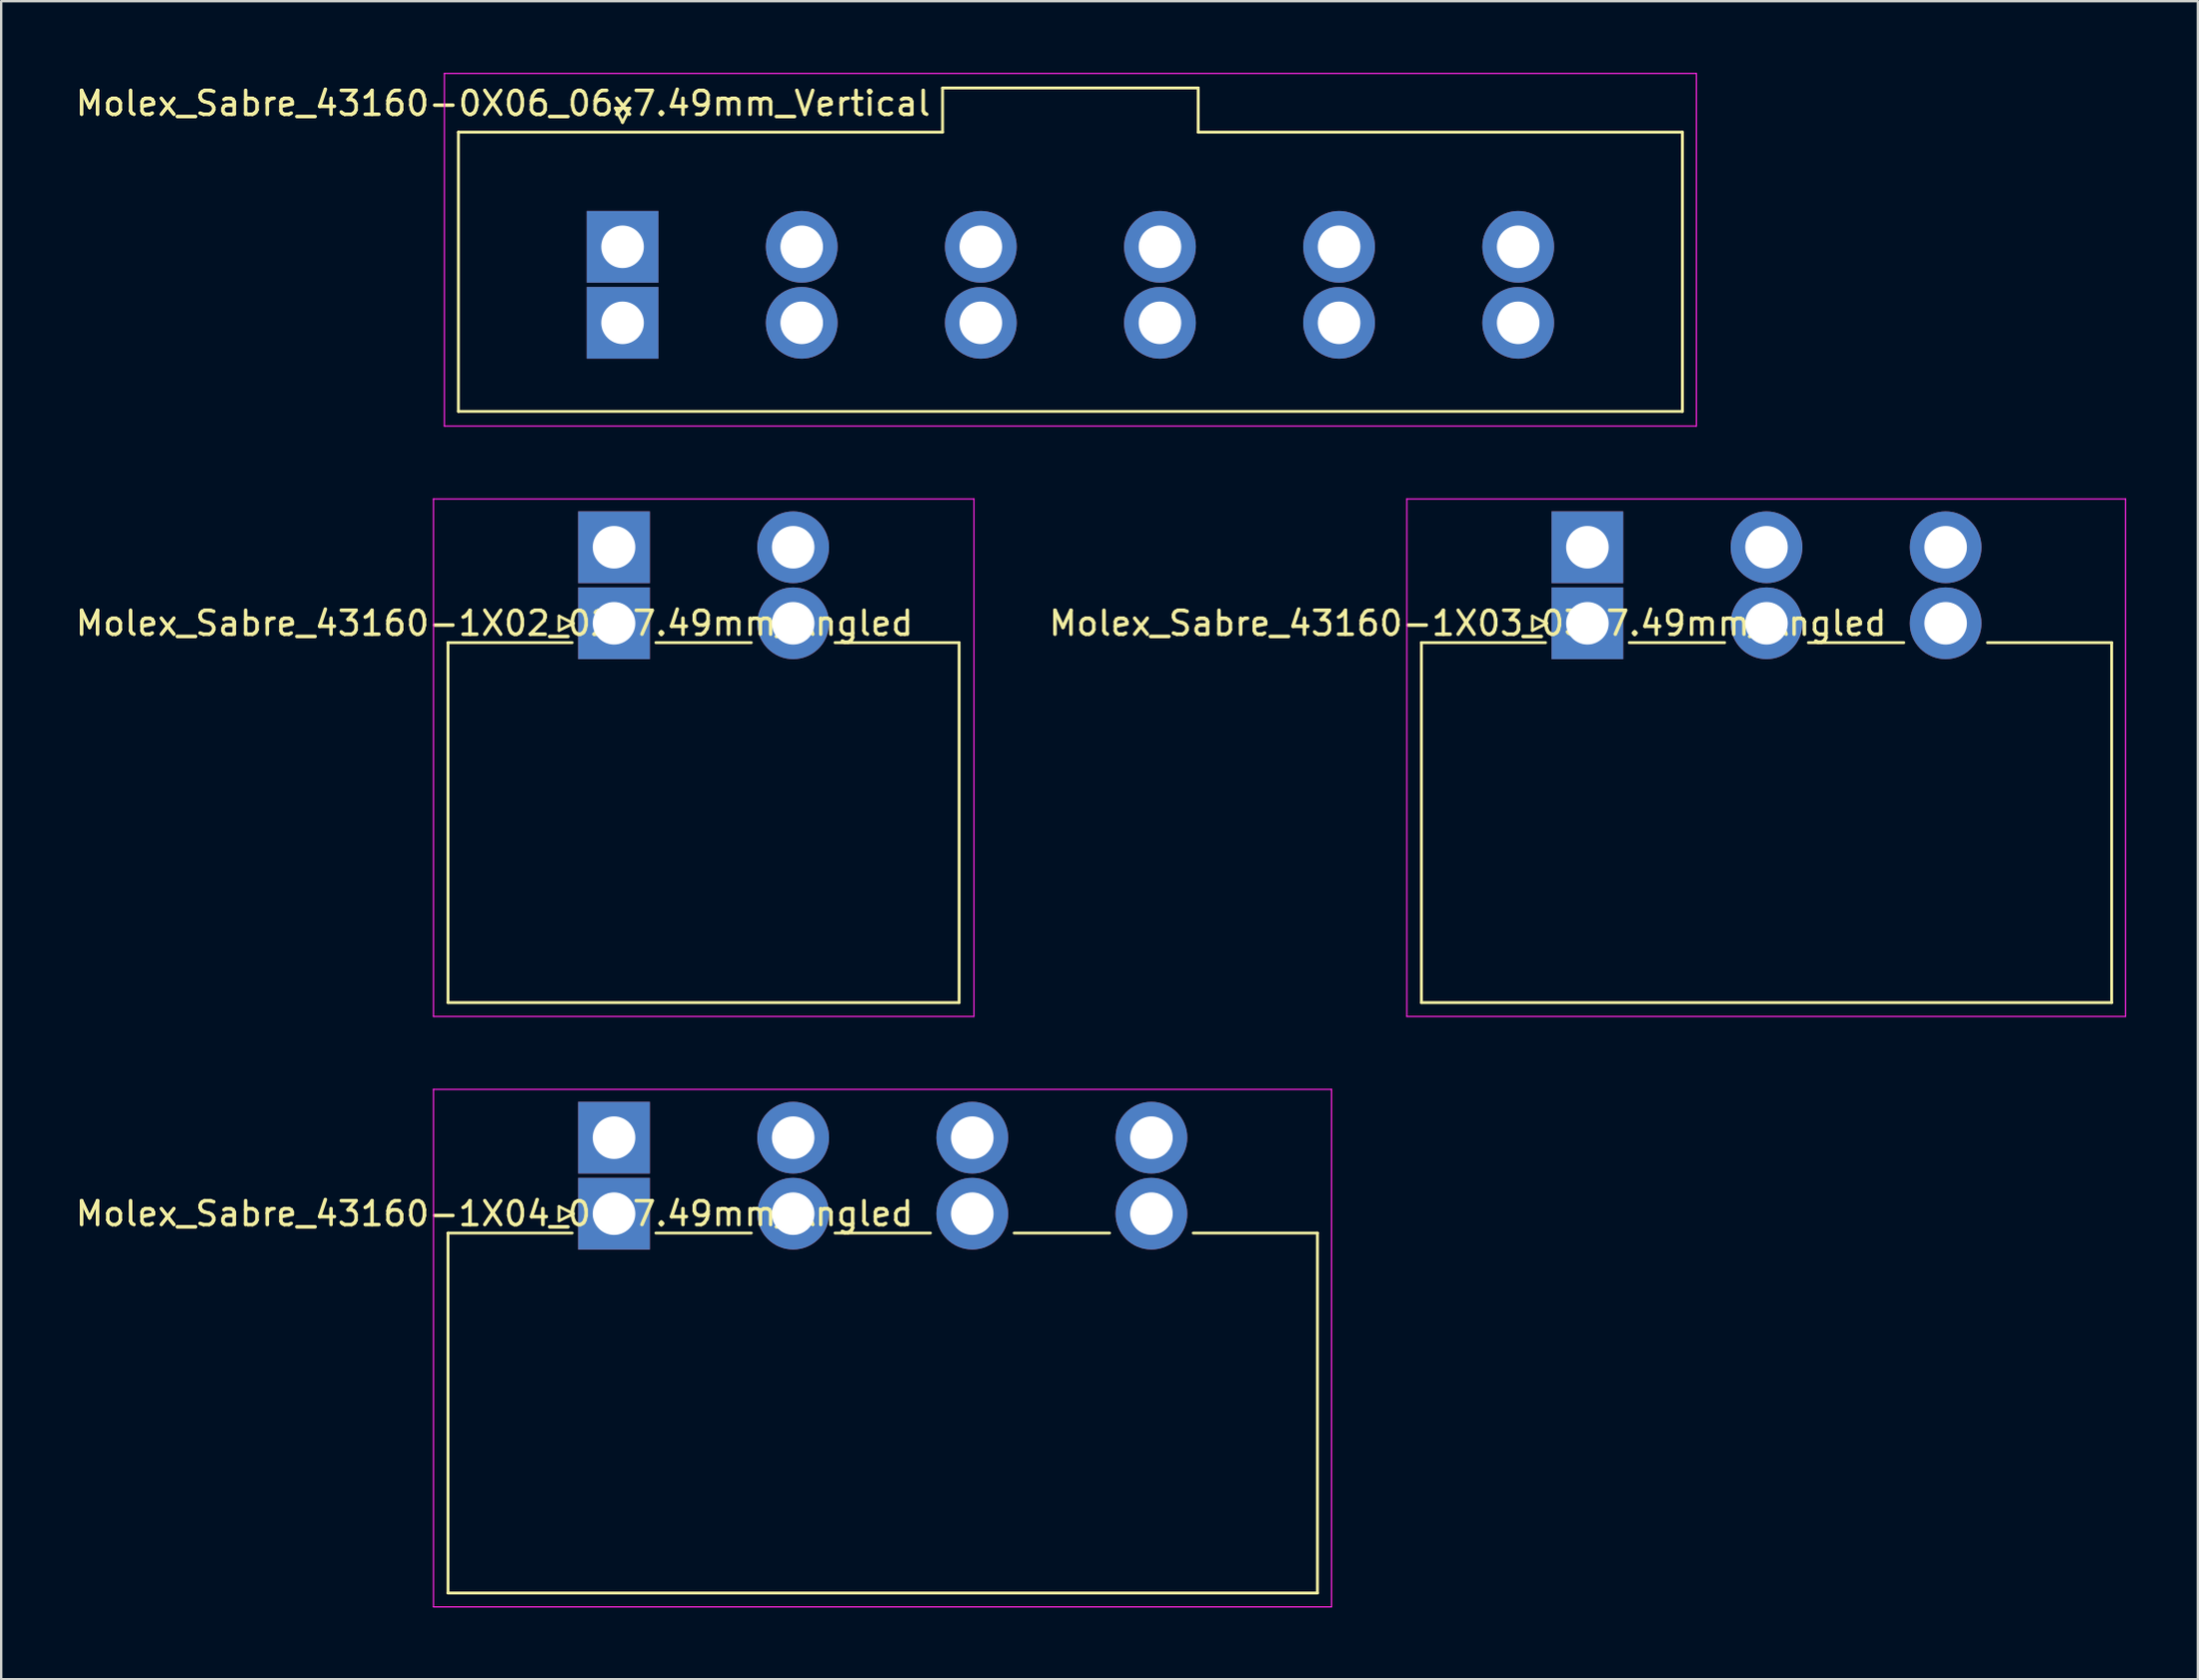
<source format=kicad_pcb>
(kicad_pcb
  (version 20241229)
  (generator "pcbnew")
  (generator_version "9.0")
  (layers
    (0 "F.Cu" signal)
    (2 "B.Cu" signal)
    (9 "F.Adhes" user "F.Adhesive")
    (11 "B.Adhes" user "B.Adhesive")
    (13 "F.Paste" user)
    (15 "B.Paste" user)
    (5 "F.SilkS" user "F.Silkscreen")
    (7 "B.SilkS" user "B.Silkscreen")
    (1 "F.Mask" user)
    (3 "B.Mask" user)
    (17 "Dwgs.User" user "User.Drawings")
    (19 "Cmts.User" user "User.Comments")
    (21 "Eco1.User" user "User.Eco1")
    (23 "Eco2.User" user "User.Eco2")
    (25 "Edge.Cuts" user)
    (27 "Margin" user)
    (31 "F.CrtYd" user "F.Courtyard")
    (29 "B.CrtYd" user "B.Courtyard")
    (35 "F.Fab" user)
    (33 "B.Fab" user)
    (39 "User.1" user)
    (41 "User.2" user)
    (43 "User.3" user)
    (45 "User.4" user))
  (footprint "Molex_Sabre_43160-1X04_04x7.49mm_Angled"
    (layer "F.Cu")
    (at 22.625 47.725)
    (property "Reference" "Molex_Sabre_43160-1X04_04x7.49mm_Angled" (at -5 0 0) (layer "F.SilkS") (effects (font (size 1 1) (thickness 0.15))))
    (attr through_hole)
    (fp_line (start -6.94 0.81) (end -6.94 15.87) (stroke (width 0.12) (type solid)) (layer "F.SilkS"))
    (fp_line (start -6.94 0.81) (end -1.75 0.81) (stroke (width 0.12) (type solid)) (layer "F.SilkS"))
    (fp_line (start -6.94 15.87) (end 29.41 15.87) (stroke (width 0.12) (type solid)) (layer "F.SilkS"))
    (fp_line (start -2.3 -0.3) (end -1.7 0) (stroke (width 0.12) (type solid)) (layer "F.SilkS"))
    (fp_line (start -2.3 0.3) (end -2.3 -0.3) (stroke (width 0.12) (type solid)) (layer "F.SilkS"))
    (fp_line (start -1.7 0) (end -2.3 0.3) (stroke (width 0.12) (type solid)) (layer "F.SilkS"))
    (fp_line (start 1.75 0.81) (end 5.74 0.81) (stroke (width 0.12) (type solid)) (layer "F.SilkS"))
    (fp_line (start 9.24 0.81) (end 13.23 0.81) (stroke (width 0.12) (type solid)) (layer "F.SilkS"))
    (fp_line (start 16.73 0.81) (end 20.72 0.81) (stroke (width 0.12) (type solid)) (layer "F.SilkS"))
    (fp_line (start 24.22 0.81) (end 29.41 0.81) (stroke (width 0.12) (type solid)) (layer "F.SilkS"))
    (fp_line (start 29.41 15.87) (end 29.41 0.81) (stroke (width 0.12) (type solid)) (layer "F.SilkS"))
    (fp_line (start -7.55 -5.2) (end -7.55 16.45) (stroke (width 0.05) (type solid)) (layer "F.CrtYd"))
    (fp_line (start -7.55 16.45) (end 30 16.45) (stroke (width 0.05) (type solid)) (layer "F.CrtYd"))
    (fp_line (start 30 -5.2) (end -7.55 -5.2) (stroke (width 0.05) (type solid)) (layer "F.CrtYd"))
    (fp_line (start 30 16.45) (end 30 -5.2) (stroke (width 0.05) (type solid)) (layer "F.CrtYd"))
    (pad "1" thru_hole rect (at 0 -3.18) (size 3 3) (drill 1.78) (layers "*.Cu" "*.Mask"))
    (pad "1" thru_hole rect (at 0 0) (size 3 3) (drill 1.78) (layers "*.Cu" "*.Mask"))
    (pad "2" thru_hole circle (at 7.49 -3.18) (size 3 3) (drill 1.78) (layers "*.Cu" "*.Mask"))
    (pad "2" thru_hole circle (at 7.49 0) (size 3 3) (drill 1.78) (layers "*.Cu" "*.Mask"))
    (pad "3" thru_hole circle (at 14.98 -3.18) (size 3 3) (drill 1.78) (layers "*.Cu" "*.Mask"))
    (pad "3" thru_hole circle (at 14.98 0) (size 3 3) (drill 1.78) (layers "*.Cu" "*.Mask"))
    (pad "4" thru_hole circle (at 22.47 -3.18) (size 3 3) (drill 1.78) (layers "*.Cu" "*.Mask"))
    (pad "4" thru_hole circle (at 22.47 0) (size 3 3) (drill 1.78) (layers "*.Cu" "*.Mask")))
  (footprint "Molex_Sabre_43160-0X06_06x7.49mm_Vertical"
    (layer "F.Cu")
    (at 22.982 7.275)
    (property "Reference" "Molex_Sabre_43160-0X06_06x7.49mm_Vertical" (at -5 -6 0) (layer "F.SilkS") (effects (font (size 1 1) (thickness 0.15))))
    (attr through_hole)
    (fp_line (start -6.865 -4.795) (end 13.38 -4.795) (stroke (width 0.12) (type solid)) (layer "F.SilkS"))
    (fp_line (start -6.865 6.885) (end -6.865 -4.795) (stroke (width 0.12) (type solid)) (layer "F.SilkS"))
    (fp_line (start -0.3 -5.8) (end 0 -5.2) (stroke (width 0.12) (type solid)) (layer "F.SilkS"))
    (fp_line (start 0 -5.2) (end 0.3 -5.8) (stroke (width 0.12) (type solid)) (layer "F.SilkS"))
    (fp_line (start 0.3 -5.8) (end -0.3 -5.8) (stroke (width 0.12) (type solid)) (layer "F.SilkS"))
    (fp_line (start 13.38 -6.645) (end 24.07 -6.645) (stroke (width 0.12) (type solid)) (layer "F.SilkS"))
    (fp_line (start 13.38 -4.795) (end 13.38 -6.645) (stroke (width 0.12) (type solid)) (layer "F.SilkS"))
    (fp_line (start 24.07 -6.645) (end 24.07 -4.795) (stroke (width 0.12) (type solid)) (layer "F.SilkS"))
    (fp_line (start 24.07 -4.795) (end 44.315 -4.795) (stroke (width 0.12) (type solid)) (layer "F.SilkS"))
    (fp_line (start 44.315 -4.795) (end 44.315 6.885) (stroke (width 0.12) (type solid)) (layer "F.SilkS"))
    (fp_line (start 44.315 6.885) (end -6.865 6.885) (stroke (width 0.12) (type solid)) (layer "F.SilkS"))
    (fp_line (start -7.45 -7.25) (end -7.45 7.5) (stroke (width 0.05) (type solid)) (layer "F.CrtYd"))
    (fp_line (start -7.45 7.5) (end 44.9 7.5) (stroke (width 0.05) (type solid)) (layer "F.CrtYd"))
    (fp_line (start 44.9 -7.25) (end -7.45 -7.25) (stroke (width 0.05) (type solid)) (layer "F.CrtYd"))
    (fp_line (start 44.9 7.5) (end 44.9 -7.25) (stroke (width 0.05) (type solid)) (layer "F.CrtYd"))
    (pad "1" thru_hole rect (at 0 0) (size 3 3) (drill 1.78) (layers "*.Cu" "*.Mask"))
    (pad "1" thru_hole rect (at 0 3.18) (size 3 3) (drill 1.78) (layers "*.Cu" "*.Mask"))
    (pad "2" thru_hole circle (at 7.49 0) (size 3 3) (drill 1.78) (layers "*.Cu" "*.Mask"))
    (pad "2" thru_hole circle (at 7.49 3.18) (size 3 3) (drill 1.78) (layers "*.Cu" "*.Mask"))
    (pad "3" thru_hole circle (at 14.98 0) (size 3 3) (drill 1.78) (layers "*.Cu" "*.Mask"))
    (pad "3" thru_hole circle (at 14.98 3.18) (size 3 3) (drill 1.78) (layers "*.Cu" "*.Mask"))
    (pad "4" thru_hole circle (at 22.47 0) (size 3 3) (drill 1.78) (layers "*.Cu" "*.Mask"))
    (pad "4" thru_hole circle (at 22.47 3.18) (size 3 3) (drill 1.78) (layers "*.Cu" "*.Mask"))
    (pad "5" thru_hole circle (at 29.96 0) (size 3 3) (drill 1.78) (layers "*.Cu" "*.Mask"))
    (pad "5" thru_hole circle (at 29.96 3.18) (size 3 3) (drill 1.78) (layers "*.Cu" "*.Mask"))
    (pad "6" thru_hole circle (at 37.45 0) (size 3 3) (drill 1.78) (layers "*.Cu" "*.Mask"))
    (pad "6" thru_hole circle (at 37.45 3.18) (size 3 3) (drill 1.78) (layers "*.Cu" "*.Mask")))
  (footprint "Molex_Sabre_43160-1X02_02x7.49mm_Angled"
    (layer "F.Cu")
    (at 22.625 23.025)
    (property "Reference" "Molex_Sabre_43160-1X02_02x7.49mm_Angled" (at -5 0 0) (layer "F.SilkS") (effects (font (size 1 1) (thickness 0.15))))
    (attr through_hole)
    (fp_line (start -6.94 0.81) (end -6.94 15.87) (stroke (width 0.12) (type solid)) (layer "F.SilkS"))
    (fp_line (start -6.94 0.81) (end -1.75 0.81) (stroke (width 0.12) (type solid)) (layer "F.SilkS"))
    (fp_line (start -6.94 15.87) (end 14.43 15.87) (stroke (width 0.12) (type solid)) (layer "F.SilkS"))
    (fp_line (start -2.3 -0.3) (end -1.7 0) (stroke (width 0.12) (type solid)) (layer "F.SilkS"))
    (fp_line (start -2.3 0.3) (end -2.3 -0.3) (stroke (width 0.12) (type solid)) (layer "F.SilkS"))
    (fp_line (start -1.7 0) (end -2.3 0.3) (stroke (width 0.12) (type solid)) (layer "F.SilkS"))
    (fp_line (start 1.75 0.81) (end 5.74 0.81) (stroke (width 0.12) (type solid)) (layer "F.SilkS"))
    (fp_line (start 9.24 0.81) (end 14.43 0.81) (stroke (width 0.12) (type solid)) (layer "F.SilkS"))
    (fp_line (start 14.43 15.87) (end 14.43 0.81) (stroke (width 0.12) (type solid)) (layer "F.SilkS"))
    (fp_line (start -7.55 -5.2) (end -7.55 16.45) (stroke (width 0.05) (type solid)) (layer "F.CrtYd"))
    (fp_line (start -7.55 16.45) (end 15.05 16.45) (stroke (width 0.05) (type solid)) (layer "F.CrtYd"))
    (fp_line (start 15.05 -5.2) (end -7.55 -5.2) (stroke (width 0.05) (type solid)) (layer "F.CrtYd"))
    (fp_line (start 15.05 16.45) (end 15.05 -5.2) (stroke (width 0.05) (type solid)) (layer "F.CrtYd"))
    (pad "1" thru_hole rect (at 0 -3.18) (size 3 3) (drill 1.78) (layers "*.Cu" "*.Mask"))
    (pad "1" thru_hole rect (at 0 0) (size 3 3) (drill 1.78) (layers "*.Cu" "*.Mask"))
    (pad "2" thru_hole circle (at 7.49 -3.18) (size 3 3) (drill 1.78) (layers "*.Cu" "*.Mask"))
    (pad "2" thru_hole circle (at 7.49 0) (size 3 3) (drill 1.78) (layers "*.Cu" "*.Mask")))
  (footprint "Molex_Sabre_43160-1X03_03x7.49mm_Angled"
    (layer "F.Cu")
    (at 63.325 23.025)
    (property "Reference" "Molex_Sabre_43160-1X03_03x7.49mm_Angled" (at -5 0 0) (layer "F.SilkS") (effects (font (size 1 1) (thickness 0.15))))
    (attr through_hole)
    (fp_line (start -6.94 0.81) (end -6.94 15.87) (stroke (width 0.12) (type solid)) (layer "F.SilkS"))
    (fp_line (start -6.94 0.81) (end -1.75 0.81) (stroke (width 0.12) (type solid)) (layer "F.SilkS"))
    (fp_line (start -6.94 15.87) (end 21.92 15.87) (stroke (width 0.12) (type solid)) (layer "F.SilkS"))
    (fp_line (start -2.3 -0.3) (end -1.7 0) (stroke (width 0.12) (type solid)) (layer "F.SilkS"))
    (fp_line (start -2.3 0.3) (end -2.3 -0.3) (stroke (width 0.12) (type solid)) (layer "F.SilkS"))
    (fp_line (start -1.7 0) (end -2.3 0.3) (stroke (width 0.12) (type solid)) (layer "F.SilkS"))
    (fp_line (start 1.75 0.81) (end 5.74 0.81) (stroke (width 0.12) (type solid)) (layer "F.SilkS"))
    (fp_line (start 9.24 0.81) (end 13.23 0.81) (stroke (width 0.12) (type solid)) (layer "F.SilkS"))
    (fp_line (start 16.73 0.81) (end 21.92 0.81) (stroke (width 0.12) (type solid)) (layer "F.SilkS"))
    (fp_line (start 21.92 15.87) (end 21.92 0.81) (stroke (width 0.12) (type solid)) (layer "F.SilkS"))
    (fp_line (start -7.55 -5.2) (end -7.55 16.45) (stroke (width 0.05) (type solid)) (layer "F.CrtYd"))
    (fp_line (start -7.55 16.45) (end 22.5 16.45) (stroke (width 0.05) (type solid)) (layer "F.CrtYd"))
    (fp_line (start 22.5 -5.2) (end -7.55 -5.2) (stroke (width 0.05) (type solid)) (layer "F.CrtYd"))
    (fp_line (start 22.5 16.45) (end 22.5 -5.2) (stroke (width 0.05) (type solid)) (layer "F.CrtYd"))
    (pad "1" thru_hole rect (at 0 -3.18) (size 3 3) (drill 1.78) (layers "*.Cu" "*.Mask"))
    (pad "1" thru_hole rect (at 0 0) (size 3 3) (drill 1.78) (layers "*.Cu" "*.Mask"))
    (pad "2" thru_hole circle (at 7.49 -3.18) (size 3 3) (drill 1.78) (layers "*.Cu" "*.Mask"))
    (pad "2" thru_hole circle (at 7.49 0) (size 3 3) (drill 1.78) (layers "*.Cu" "*.Mask"))
    (pad "3" thru_hole circle (at 14.98 -3.18) (size 3 3) (drill 1.78) (layers "*.Cu" "*.Mask"))
    (pad "3" thru_hole circle (at 14.98 0) (size 3 3) (drill 1.78) (layers "*.Cu" "*.Mask")))
  (gr_rect
    (start -3 -3)
    (end 88.85 67.2)
    (stroke (width 0.1) (type default))
    (fill no)
    (layer "Edge.Cuts")))
</source>
